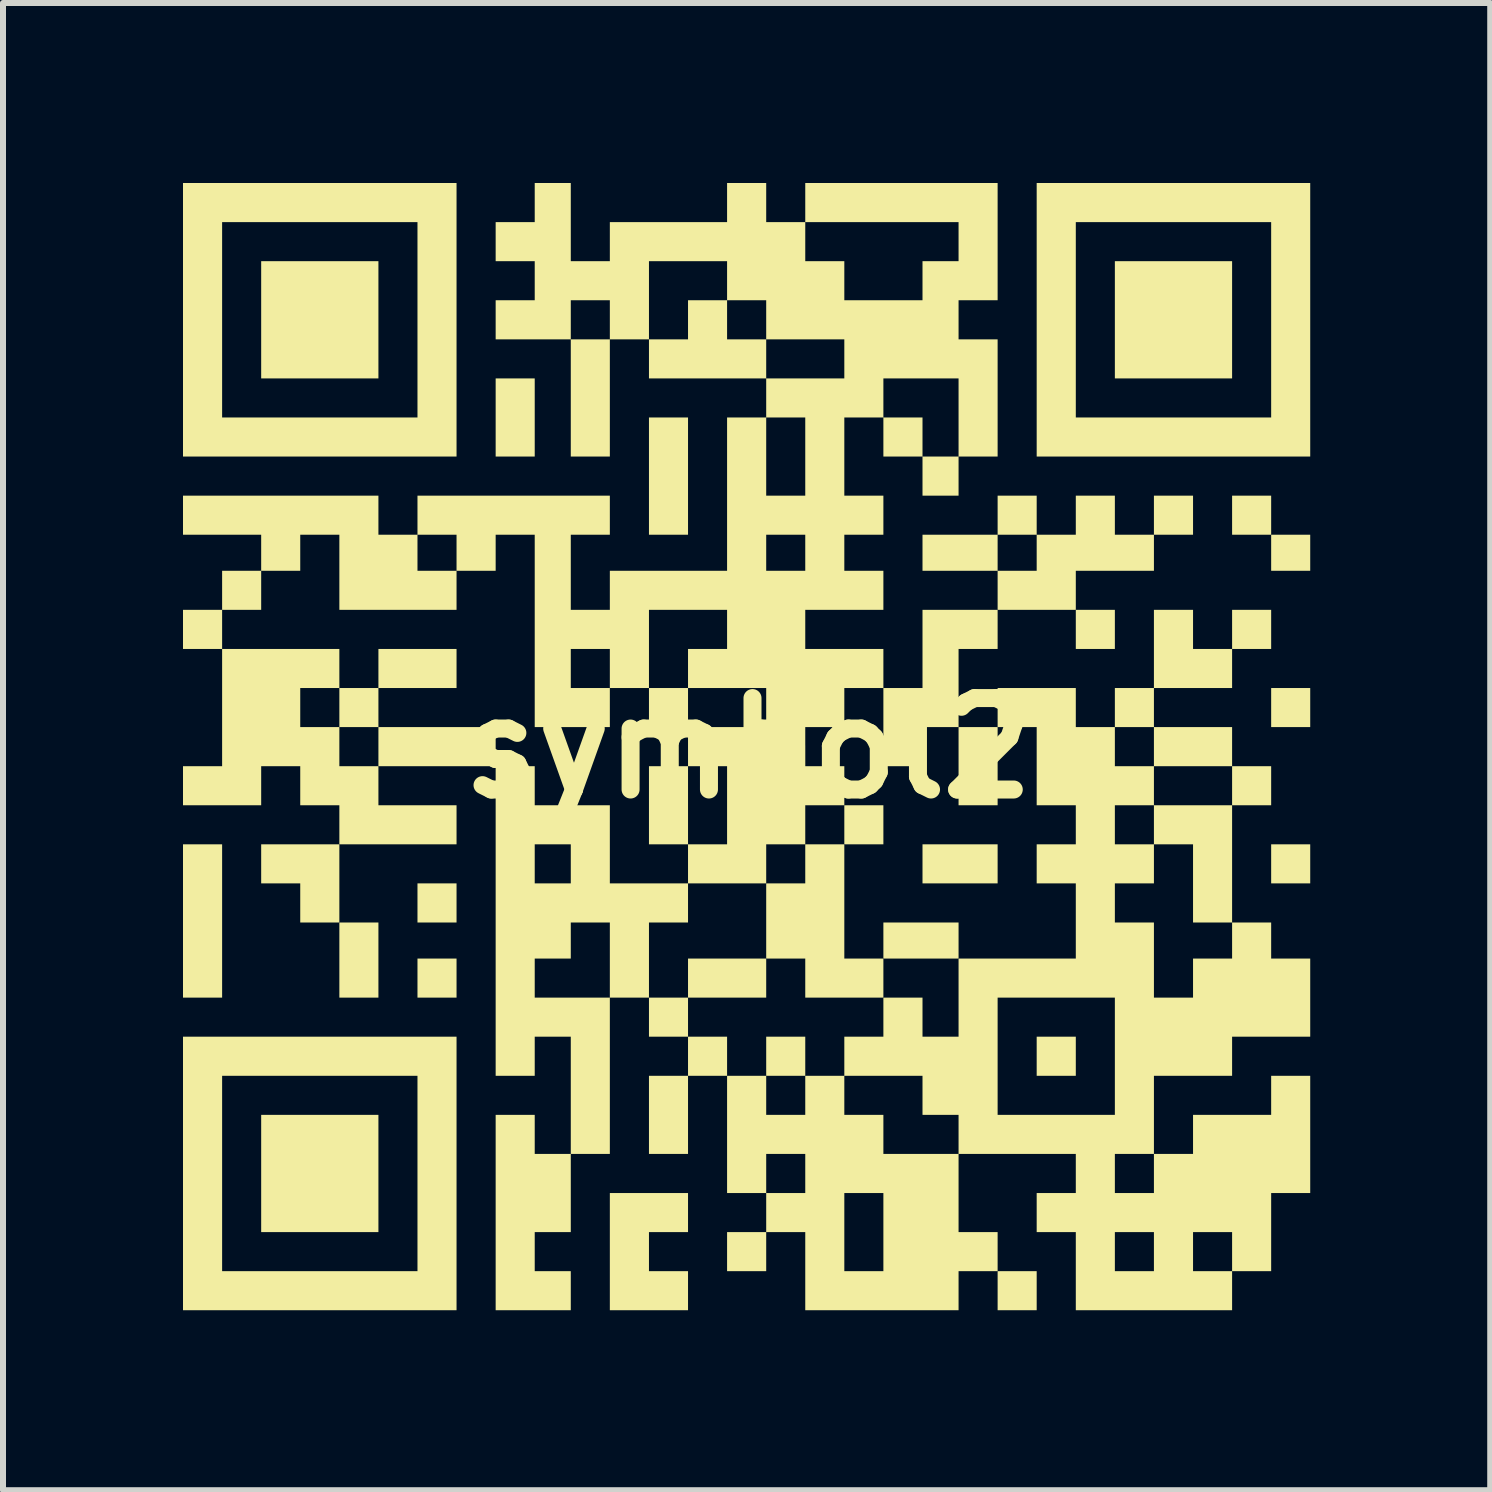
<source format=kicad_pcb>
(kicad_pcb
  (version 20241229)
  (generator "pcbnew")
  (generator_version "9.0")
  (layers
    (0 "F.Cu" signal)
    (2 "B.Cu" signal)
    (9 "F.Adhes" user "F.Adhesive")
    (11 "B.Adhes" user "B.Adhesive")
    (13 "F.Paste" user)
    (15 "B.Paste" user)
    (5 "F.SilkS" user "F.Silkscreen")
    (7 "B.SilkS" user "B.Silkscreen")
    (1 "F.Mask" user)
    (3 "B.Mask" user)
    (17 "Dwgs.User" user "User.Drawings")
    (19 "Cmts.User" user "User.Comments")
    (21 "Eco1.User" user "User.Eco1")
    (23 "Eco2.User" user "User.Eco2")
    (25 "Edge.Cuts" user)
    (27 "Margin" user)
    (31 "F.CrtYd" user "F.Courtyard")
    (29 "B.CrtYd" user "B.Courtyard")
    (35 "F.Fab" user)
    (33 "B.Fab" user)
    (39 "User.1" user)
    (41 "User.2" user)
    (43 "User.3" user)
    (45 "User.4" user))
  (footprint "symbol2"
    (layer "F.Cu")
    (at 9.419 9.419)
    (property "Reference" "symbol2" (at 0 0 0) (layer "F.SilkS") (effects (font (size 1.524 1.524) (thickness 0.3))))
    (attr board_only exclude_from_pos_files exclude_from_bom)
    (fp_poly (pts (xy -8.767 -1.653) (xy -9.419 -1.653) (xy -9.419 -2.305) (xy -8.767 -2.305)) (stroke (width 0) (type solid)) (fill yes) (layer "F.SilkS"))
    (fp_poly (pts (xy -8.767 4.158) (xy -9.419 4.158) (xy -9.419 1.603) (xy -8.767 1.603)) (stroke (width 0) (type solid)) (fill yes) (layer "F.SilkS"))
    (fp_poly (pts (xy -8.116 -2.305) (xy -8.767 -2.305) (xy -8.767 -2.956) (xy -8.116 -2.956)) (stroke (width 0) (type solid)) (fill yes) (layer "F.SilkS"))
    (fp_poly (pts (xy -6.162 -6.162) (xy -8.116 -6.162) (xy -8.116 -8.116) (xy -6.162 -8.116)) (stroke (width 0) (type solid)) (fill yes) (layer "F.SilkS"))
    (fp_poly (pts (xy -6.162 -0.351) (xy -6.813 -0.351) (xy -6.813 -1.002) (xy -6.162 -1.002)) (stroke (width 0) (type solid)) (fill yes) (layer "F.SilkS"))
    (fp_poly (pts (xy -6.162 4.158) (xy -6.813 4.158) (xy -6.813 2.906) (xy -6.162 2.906)) (stroke (width 0) (type solid)) (fill yes) (layer "F.SilkS"))
    (fp_poly (pts (xy -6.162 8.066) (xy -8.116 8.066) (xy -8.116 6.112) (xy -6.162 6.112)) (stroke (width 0) (type solid)) (fill yes) (layer "F.SilkS"))
    (fp_poly (pts (xy -4.86 -1.002) (xy -6.162 -1.002) (xy -6.162 -1.653) (xy -4.86 -1.653)) (stroke (width 0) (type solid)) (fill yes) (layer "F.SilkS"))
    (fp_poly (pts (xy -4.86 2.906) (xy -5.511 2.906) (xy -5.511 2.254) (xy -4.86 2.254)) (stroke (width 0) (type solid)) (fill yes) (layer "F.SilkS"))
    (fp_poly (pts (xy -4.86 4.158) (xy -5.511 4.158) (xy -5.511 3.507) (xy -4.86 3.507)) (stroke (width 0) (type solid)) (fill yes) (layer "F.SilkS"))
    (fp_poly (pts (xy -4.208 0.301) (xy -6.162 0.301) (xy -6.162 -0.351) (xy -4.208 -0.351)) (stroke (width 0) (type solid)) (fill yes) (layer "F.SilkS"))
    (fp_poly (pts (xy -3.557 -4.86) (xy -4.208 -4.86) (xy -4.208 -6.162) (xy -3.557 -6.162)) (stroke (width 0) (type solid)) (fill yes) (layer "F.SilkS"))
    (fp_poly (pts (xy -1.002 -3.557) (xy -1.653 -3.557) (xy -1.653 -5.511) (xy -1.002 -5.511)) (stroke (width 0) (type solid)) (fill yes) (layer "F.SilkS"))
    (fp_poly (pts (xy -1.002 -0.351) (xy -1.653 -0.351) (xy -1.653 -1.002) (xy -1.002 -1.002)) (stroke (width 0) (type solid)) (fill yes) (layer "F.SilkS"))
    (fp_poly (pts (xy -1.002 1.603) (xy -1.653 1.603) (xy -1.653 0.301) (xy -1.002 0.301)) (stroke (width 0) (type solid)) (fill yes) (layer "F.SilkS"))
    (fp_poly (pts (xy -1.002 4.809) (xy -1.653 4.809) (xy -1.653 4.158) (xy -1.002 4.158)) (stroke (width 0) (type solid)) (fill yes) (layer "F.SilkS"))
    (fp_poly (pts (xy -1.002 6.763) (xy -1.653 6.763) (xy -1.653 5.461) (xy -1.002 5.461)) (stroke (width 0) (type solid)) (fill yes) (layer "F.SilkS"))
    (fp_poly (pts (xy -0.351 5.461) (xy -1.002 5.461) (xy -1.002 4.809) (xy -0.351 4.809)) (stroke (width 0) (type solid)) (fill yes) (layer "F.SilkS"))
    (fp_poly (pts (xy 0.301 4.158) (xy -1.002 4.158) (xy -1.002 3.507) (xy 0.301 3.507)) (stroke (width 0) (type solid)) (fill yes) (layer "F.SilkS"))
    (fp_poly (pts (xy 0.301 8.717) (xy -0.351 8.717) (xy -0.351 8.066) (xy 0.301 8.066)) (stroke (width 0) (type solid)) (fill yes) (layer "F.SilkS"))
    (fp_poly (pts (xy 0.952 5.461) (xy 0.301 5.461) (xy 0.301 4.809) (xy 0.952 4.809)) (stroke (width 0) (type solid)) (fill yes) (layer "F.SilkS"))
    (fp_poly (pts (xy 2.254 1.603) (xy 1.603 1.603) (xy 1.603 0.952) (xy 2.254 0.952)) (stroke (width 0) (type solid)) (fill yes) (layer "F.SilkS"))
    (fp_poly (pts (xy 3.507 3.507) (xy 2.254 3.507) (xy 2.254 2.906) (xy 3.507 2.906)) (stroke (width 0) (type solid)) (fill yes) (layer "F.SilkS"))
    (fp_poly (pts (xy 4.158 0.952) (xy 3.507 0.952) (xy 3.507 -0.351) (xy 4.158 -0.351)) (stroke (width 0) (type solid)) (fill yes) (layer "F.SilkS"))
    (fp_poly (pts (xy 4.158 2.254) (xy 2.906 2.254) (xy 2.906 1.603) (xy 4.158 1.603)) (stroke (width 0) (type solid)) (fill yes) (layer "F.SilkS"))
    (fp_poly (pts (xy 4.809 9.368) (xy 4.158 9.368) (xy 4.158 8.717) (xy 4.809 8.717)) (stroke (width 0) (type solid)) (fill yes) (layer "F.SilkS"))
    (fp_poly (pts (xy 5.461 5.461) (xy 4.809 5.461) (xy 4.809 4.809) (xy 5.461 4.809)) (stroke (width 0) (type solid)) (fill yes) (layer "F.SilkS"))
    (fp_poly (pts (xy 6.112 -1.653) (xy 5.461 -1.653) (xy 5.461 -2.305) (xy 6.112 -2.305)) (stroke (width 0) (type solid)) (fill yes) (layer "F.SilkS"))
    (fp_poly (pts (xy 6.763 -0.351) (xy 6.112 -0.351) (xy 6.112 -1.002) (xy 6.763 -1.002)) (stroke (width 0) (type solid)) (fill yes) (layer "F.SilkS"))
    (fp_poly (pts (xy 7.415 -3.557) (xy 6.763 -3.557) (xy 6.763 -4.208) (xy 7.415 -4.208)) (stroke (width 0) (type solid)) (fill yes) (layer "F.SilkS"))
    (fp_poly (pts (xy 8.066 -6.162) (xy 6.112 -6.162) (xy 6.112 -8.116) (xy 8.066 -8.116)) (stroke (width 0) (type solid)) (fill yes) (layer "F.SilkS"))
    (fp_poly (pts (xy 8.066 0.301) (xy 6.763 0.301) (xy 6.763 -0.351) (xy 8.066 -0.351)) (stroke (width 0) (type solid)) (fill yes) (layer "F.SilkS"))
    (fp_poly (pts (xy 8.717 -3.557) (xy 8.066 -3.557) (xy 8.066 -4.208) (xy 8.717 -4.208)) (stroke (width 0) (type solid)) (fill yes) (layer "F.SilkS"))
    (fp_poly (pts (xy 8.717 -1.653) (xy 8.066 -1.653) (xy 8.066 -2.305) (xy 8.717 -2.305)) (stroke (width 0) (type solid)) (fill yes) (layer "F.SilkS"))
    (fp_poly (pts (xy 8.717 0.952) (xy 8.066 0.952) (xy 8.066 0.301) (xy 8.717 0.301)) (stroke (width 0) (type solid)) (fill yes) (layer "F.SilkS"))
    (fp_poly (pts (xy 9.368 -2.956) (xy 8.717 -2.956) (xy 8.717 -3.557) (xy 9.368 -3.557)) (stroke (width 0) (type solid)) (fill yes) (layer "F.SilkS"))
    (fp_poly (pts (xy 9.368 -0.351) (xy 8.717 -0.351) (xy 8.717 -1.002) (xy 9.368 -1.002)) (stroke (width 0) (type solid)) (fill yes) (layer "F.SilkS"))
    (fp_poly (pts (xy 9.368 2.254) (xy 8.717 2.254) (xy 8.717 1.603) (xy 9.368 1.603)) (stroke (width 0) (type solid)) (fill yes) (layer "F.SilkS"))
    (fp_poly (pts (xy -6.813 2.906) (xy -7.465 2.906) (xy -7.465 2.254) (xy -8.116 2.254) (xy -8.116 1.603) (xy -6.813 1.603)) (stroke (width 0) (type solid)) (fill yes) (layer "F.SilkS"))
    (fp_poly (pts (xy 7.415 -1.653) (xy 8.066 -1.653) (xy 8.066 -1.002) (xy 6.763 -1.002) (xy 6.763 -2.305) (xy 7.415 -2.305)) (stroke (width 0) (type solid)) (fill yes) (layer "F.SilkS"))
    (fp_poly (pts (xy -1.002 8.066) (xy -1.653 8.066) (xy -1.653 8.717) (xy -1.002 8.717) (xy -1.002 9.368) (xy -2.305 9.368) (xy -2.305 7.415) (xy -1.002 7.415)) (stroke (width 0) (type solid)) (fill yes) (layer "F.SilkS"))
    (fp_poly (pts (xy -3.557 6.763) (xy -2.956 6.763) (xy -2.956 8.066) (xy -3.557 8.066) (xy -3.557 8.717) (xy -2.956 8.717) (xy -2.956 9.368) (xy -4.208 9.368) (xy -4.208 6.112) (xy -3.557 6.112)) (stroke (width 0) (type solid)) (fill yes) (layer "F.SilkS"))
    (fp_poly (pts (xy 0.301 2.254) (xy 0.952 2.254) (xy 0.952 1.603) (xy 1.603 1.603) (xy 1.603 3.507) (xy 2.254 3.507) (xy 2.254 4.158) (xy 0.952 4.158) (xy 0.952 3.507) (xy 0.301 3.507)) (stroke (width 0) (type solid)) (fill yes) (layer "F.SilkS"))
    (fp_poly (pts (xy 4.158 -1.653) (xy 3.507 -1.653) (xy 3.507 -0.351) (xy 2.906 -0.351) (xy 2.906 0.301) (xy 2.254 0.301) (xy 2.254 -1.002) (xy 2.906 -1.002) (xy 2.906 -2.305) (xy 4.158 -2.305)) (stroke (width 0) (type solid)) (fill yes) (layer "F.SilkS"))
    (fp_poly (pts (xy -4.86 -4.86) (xy -9.419 -4.86) (xy -9.419 -5.511) (xy -8.767 -5.511) (xy -5.511 -5.511) (xy -5.511 -8.767) (xy -8.767 -8.767) (xy -8.767 -5.511) (xy -9.419 -5.511) (xy -9.419 -9.419) (xy -4.86 -9.419)) (stroke (width 0) (type solid)) (fill yes) (layer "F.SilkS"))
    (fp_poly (pts (xy -4.86 9.368) (xy -9.419 9.368) (xy -9.419 8.717) (xy -8.767 8.717) (xy -5.511 8.717) (xy -5.511 5.461) (xy -8.767 5.461) (xy -8.767 8.717) (xy -9.419 8.717) (xy -9.419 4.809) (xy -4.86 4.809)) (stroke (width 0) (type solid)) (fill yes) (layer "F.SilkS"))
    (fp_poly (pts (xy 9.368 -4.86) (xy 4.809 -4.86) (xy 4.809 -5.511) (xy 5.461 -5.511) (xy 8.717 -5.511) (xy 8.717 -8.767) (xy 5.461 -8.767) (xy 5.461 -5.511) (xy 4.809 -5.511) (xy 4.809 -9.419) (xy 9.368 -9.419)) (stroke (width 0) (type solid)) (fill yes) (layer "F.SilkS"))
    (fp_poly (pts (xy -6.813 -1.002) (xy -7.465 -1.002) (xy -7.465 -0.351) (xy -6.813 -0.351) (xy -6.813 0.301) (xy -6.162 0.301) (xy -6.162 0.952) (xy -4.86 0.952) (xy -4.86 1.603) (xy -6.813 1.603) (xy -6.813 0.952) (xy -7.465 0.952) (xy -7.465 0.301) (xy -8.116 0.301) (xy -8.116 0.952) (xy -9.419 0.952) (xy -9.419 0.301) (xy -8.767 0.301) (xy -8.767 -1.653) (xy -6.813 -1.653)) (stroke (width 0) (type solid)) (fill yes) (layer "F.SilkS"))
    (fp_poly (pts (xy 4.809 -3.557) (xy 5.461 -3.557) (xy 5.461 -4.208) (xy 6.112 -4.208) (xy 6.112 -3.557) (xy 6.763 -3.557) (xy 6.763 -2.956) (xy 5.461 -2.956) (xy 5.461 -2.305) (xy 4.158 -2.305) (xy 4.158 -2.956) (xy 4.809 -2.956) (xy 4.809 -3.557) (xy 4.158 -3.557) (xy 4.158 -2.956) (xy 2.906 -2.956) (xy 2.906 -3.557) (xy 4.158 -3.557) (xy 4.158 -4.208) (xy 4.809 -4.208)) (stroke (width 0) (type solid)) (fill yes) (layer "F.SilkS"))
    (fp_poly (pts (xy -3.557 0.952) (xy -2.305 0.952) (xy -2.305 2.254) (xy -1.002 2.254) (xy -1.002 2.906) (xy -1.653 2.906) (xy -1.653 4.158) (xy -2.305 4.158) (xy -2.305 6.763) (xy -2.956 6.763) (xy -2.956 4.809) (xy -3.557 4.809) (xy -3.557 5.461) (xy -4.208 5.461) (xy -4.208 4.158) (xy -3.557 4.158) (xy -2.305 4.158) (xy -2.305 2.906) (xy -2.956 2.906) (xy -2.956 3.507) (xy -3.557 3.507) (xy -3.557 4.158) (xy -4.208 4.158) (xy -4.208 2.254) (xy -3.557 2.254) (xy -2.956 2.254) (xy -2.956 1.603) (xy -3.557 1.603) (xy -3.557 2.254) (xy -4.208 2.254) (xy -4.208 0.301) (xy -3.557 0.301)) (stroke (width 0) (type solid)) (fill yes) (layer "F.SilkS"))
    (fp_poly (pts (xy 0.301 7.415) (xy 0.952 7.415) (xy 0.952 6.763) (xy 0.301 6.763) (xy 0.301 7.415) (xy -0.351 7.415) (xy -0.351 5.461) (xy 0.301 5.461) (xy 0.301 6.112) (xy 0.952 6.112) (xy 1.603 6.112) (xy 2.254 6.112) (xy 2.254 6.763) (xy 3.507 6.763) (xy 3.507 6.112) (xy 4.158 6.112) (xy 6.112 6.112) (xy 6.112 4.158) (xy 4.158 4.158) (xy 4.158 6.112) (xy 3.507 6.112) (xy 2.906 6.112) (xy 2.906 5.461) (xy 1.603 5.461) (xy 1.603 6.112) (xy 0.952 6.112) (xy 0.952 5.461) (xy 1.603 5.461) (xy 1.603 4.809) (xy 2.254 4.809) (xy 2.254 4.158) (xy 2.906 4.158) (xy 2.906 4.809) (xy 3.507 4.809) (xy 3.507 3.507) (xy 5.461 3.507) (xy 5.461 2.906) (xy 6.112 2.906) (xy 6.763 2.906) (xy 6.763 4.158) (xy 7.415 4.158) (xy 7.415 3.507) (xy 8.066 3.507) (xy 8.066 2.906) (xy 7.415 2.906) (xy 7.415 1.603) (xy 6.763 1.603) (xy 6.763 2.254) (xy 6.112 2.254) (xy 6.112 2.906) (xy 5.461 2.906) (xy 5.461 2.254) (xy 4.809 2.254) (xy 4.809 1.603) (xy 5.461 1.603) (xy 6.112 1.603) (xy 6.763 1.603) (xy 6.763 0.952) (xy 6.112 0.952) (xy 6.112 1.603) (xy 5.461 1.603) (xy 5.461 0.952) (xy 4.809 0.952) (xy 4.809 -0.351) (xy 4.158 -0.351) (xy 4.158 -1.002) (xy 5.461 -1.002) (xy 5.461 -0.351) (xy 6.112 -0.351) (xy 6.112 0.301) (xy 6.763 0.301) (xy 6.763 0.952) (xy 8.066 0.952) (xy 8.066 2.906) (xy 8.717 2.906) (xy 8.717 3.507) (xy 9.368 3.507) (xy 9.368 4.809) (xy 8.066 4.809) (xy 8.066 5.461) (xy 6.763 5.461) (xy 6.763 6.763) (xy 7.415 6.763) (xy 7.415 6.112) (xy 8.717 6.112) (xy 8.717 5.461) (xy 9.368 5.461) (xy 9.368 7.415) (xy 8.717 7.415) (xy 8.717 8.717) (xy 8.066 8.717) (xy 8.066 9.368) (xy 5.461 9.368) (xy 5.461 8.717) (xy 6.112 8.717) (xy 6.763 8.717) (xy 7.415 8.717) (xy 8.066 8.717) (xy 8.066 8.066) (xy 7.415 8.066) (xy 7.415 8.717) (xy 6.763 8.717) (xy 6.763 8.066) (xy 6.112 8.066) (xy 6.112 8.717) (xy 5.461 8.717) (xy 5.461 8.066) (xy 4.809 8.066) (xy 4.809 7.415) (xy 5.461 7.415) (xy 6.112 7.415) (xy 6.763 7.415) (xy 6.763 6.763) (xy 6.112 6.763) (xy 6.112 7.415) (xy 5.461 7.415) (xy 5.461 6.763) (xy 3.507 6.763) (xy 3.507 8.066) (xy 4.158 8.066) (xy 4.158 8.717) (xy 3.507 8.717) (xy 3.507 9.368) (xy 0.952 9.368) (xy 0.952 8.717) (xy 1.603 8.717) (xy 2.254 8.717) (xy 2.254 7.415) (xy 1.603 7.415) (xy 1.603 8.717) (xy 0.952 8.717) (xy 0.952 8.066) (xy 0.301 8.066)) (stroke (width 0) (type solid)) (fill yes) (layer "F.SilkS"))
    (fp_poly (pts (xy 1.603 -5.511) (xy 1.603 -4.208) (xy 2.254 -4.208) (xy 2.254 -3.557) (xy 1.603 -3.557) (xy 1.603 -2.956) (xy 2.254 -2.956) (xy 2.254 -2.305) (xy 0.952 -2.305) (xy 0.952 -1.653) (xy 2.254 -1.653) (xy 2.254 -1.002) (xy 1.603 -1.002) (xy 1.603 -0.351) (xy 0.952 -0.351) (xy 0.952 0.301) (xy 1.603 0.301) (xy 1.603 0.952) (xy 0.952 0.952) (xy 0.952 1.603) (xy 0.301 1.603) (xy 0.301 2.254) (xy -1.002 2.254) (xy -1.002 1.603) (xy -0.351 1.603) (xy -0.351 0.301) (xy -1.002 0.301) (xy -1.002 -0.351) (xy 0.301 -0.351) (xy 0.301 -1.002) (xy -1.002 -1.002) (xy -1.002 -1.653) (xy -0.351 -1.653) (xy -0.351 -2.305) (xy -1.653 -2.305) (xy -1.653 -1.002) (xy -2.305 -1.002) (xy -2.305 -0.351) (xy -3.557 -0.351) (xy -3.557 -1.002) (xy -2.956 -1.002) (xy -2.305 -1.002) (xy -2.305 -1.653) (xy -2.956 -1.653) (xy -2.956 -1.002) (xy -3.557 -1.002) (xy -3.557 -3.557) (xy -4.208 -3.557) (xy -4.208 -2.956) (xy -4.86 -2.956) (xy -4.86 -2.305) (xy -6.813 -2.305) (xy -6.813 -2.956) (xy -5.511 -2.956) (xy -4.86 -2.956) (xy -4.86 -3.557) (xy -5.511 -3.557) (xy -5.511 -2.956) (xy -6.813 -2.956) (xy -6.813 -3.557) (xy -7.465 -3.557) (xy -7.465 -2.956) (xy -8.116 -2.956) (xy -8.116 -3.557) (xy -9.419 -3.557) (xy -9.419 -4.208) (xy -6.162 -4.208) (xy -6.162 -3.557) (xy -5.511 -3.557) (xy -5.511 -4.208) (xy -2.305 -4.208) (xy -2.305 -3.557) (xy -2.956 -3.557) (xy -2.956 -2.305) (xy -2.305 -2.305) (xy -2.305 -2.956) (xy -0.351 -2.956) (xy 0.301 -2.956) (xy 0.952 -2.956) (xy 0.952 -3.557) (xy 0.301 -3.557) (xy 0.301 -2.956) (xy -0.351 -2.956) (xy -0.351 -4.208) (xy 0.301 -4.208) (xy 0.952 -4.208) (xy 0.952 -5.511) (xy 0.301 -5.511) (xy 0.301 -4.208) (xy -0.351 -4.208) (xy -0.351 -5.511) (xy 0.301 -5.511) (xy 0.301 -6.162) (xy 1.603 -6.162) (xy 1.603 -6.813) (xy 0.301 -6.813) (xy 0.301 -6.162) (xy -1.653 -6.162) (xy -1.653 -6.813) (xy -1.002 -6.813) (xy -0.351 -6.813) (xy 0.301 -6.813) (xy 0.301 -7.465) (xy -0.351 -7.465) (xy -0.351 -6.813) (xy -1.002 -6.813) (xy -1.002 -7.465) (xy -0.351 -7.465) (xy -0.351 -8.116) (xy 0.952 -8.116) (xy 1.603 -8.116) (xy 1.603 -7.465) (xy 2.906 -7.465) (xy 2.906 -8.116) (xy 3.507 -8.116) (xy 3.507 -8.767) (xy 0.952 -8.767) (xy 0.952 -8.116) (xy -0.351 -8.116) (xy -1.653 -8.116) (xy -1.653 -6.813) (xy -2.305 -6.813) (xy -2.305 -4.86) (xy -2.956 -4.86) (xy -2.956 -6.813) (xy -2.305 -6.813) (xy -2.305 -7.465) (xy -2.956 -7.465) (xy -2.956 -6.813) (xy -4.208 -6.813) (xy -4.208 -7.465) (xy -3.557 -7.465) (xy -3.557 -8.116) (xy -4.208 -8.116) (xy -4.208 -8.767) (xy -3.557 -8.767) (xy -3.557 -9.419) (xy -2.956 -9.419) (xy -2.956 -8.116) (xy -2.305 -8.116) (xy -2.305 -8.767) (xy -0.351 -8.767) (xy -0.351 -9.419) (xy 0.301 -9.419) (xy 0.301 -8.767) (xy 0.952 -8.767) (xy 0.952 -9.419) (xy 4.158 -9.419) (xy 4.158 -7.465) (xy 3.507 -7.465) (xy 3.507 -6.813) (xy 4.158 -6.813) (xy 4.158 -4.86) (xy 3.507 -4.86) (xy 3.507 -4.208) (xy 2.906 -4.208) (xy 2.906 -4.86) (xy 2.254 -4.86) (xy 2.254 -5.511) (xy 2.906 -5.511) (xy 2.906 -4.86) (xy 3.507 -4.86) (xy 3.507 -6.162) (xy 2.254 -6.162) (xy 2.254 -5.511)) (stroke (width 0) (type solid)) (fill yes) (layer "F.SilkS")))
  (gr_rect
    (start -3 -3)
    (end 21.787 21.787)
    (stroke (width 0.1) (type default))
    (fill no)
    (layer "Edge.Cuts")))
</source>
